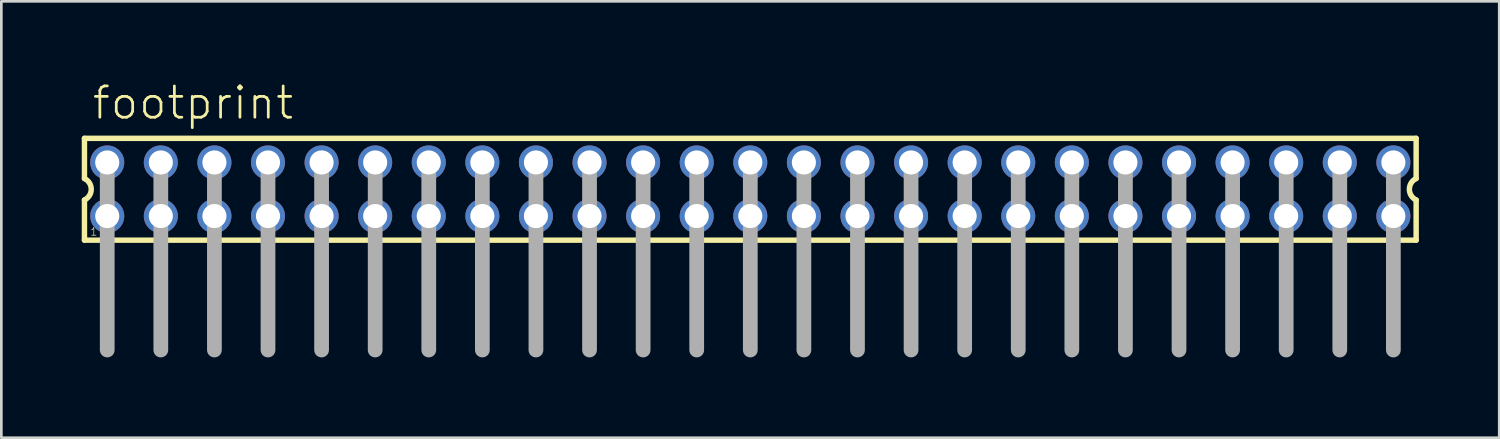
<source format=kicad_pcb>
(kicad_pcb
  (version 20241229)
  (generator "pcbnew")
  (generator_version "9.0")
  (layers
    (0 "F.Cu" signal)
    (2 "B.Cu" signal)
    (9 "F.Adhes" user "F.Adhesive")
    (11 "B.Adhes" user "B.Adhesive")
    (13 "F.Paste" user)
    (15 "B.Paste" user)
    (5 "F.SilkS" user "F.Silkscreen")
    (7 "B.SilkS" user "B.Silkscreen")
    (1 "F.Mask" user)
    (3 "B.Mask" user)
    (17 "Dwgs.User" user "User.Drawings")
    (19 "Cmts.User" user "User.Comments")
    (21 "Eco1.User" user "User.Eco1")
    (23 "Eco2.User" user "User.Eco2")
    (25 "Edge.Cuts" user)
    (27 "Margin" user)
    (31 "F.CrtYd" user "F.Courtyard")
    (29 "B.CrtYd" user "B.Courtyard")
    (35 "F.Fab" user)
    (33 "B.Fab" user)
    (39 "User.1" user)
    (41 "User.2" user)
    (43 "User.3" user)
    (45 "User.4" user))
  (footprint "footprint"
    (layer "F.Cu")
    (at 24.952 4.013)
    (property "Reference" "footprint" (at -24.62 -2.54 0) (layer "F.SilkS") (effects (font (size 1.168 1.168) (thickness 0.102)) (justify left bottom)))
    (fp_line (start -24.85 -1.9) (end -24.85 -0.4) (stroke (width 0.203) (type solid)) (layer "F.SilkS"))
    (fp_line (start -24.85 0.4) (end -24.85 1.9) (stroke (width 0.203) (type solid)) (layer "F.SilkS"))
    (fp_line (start -24.85 1.9) (end 24.85 1.9) (stroke (width 0.203) (type solid)) (layer "F.SilkS"))
    (fp_line (start 24.85 -1.9) (end -24.85 -1.9) (stroke (width 0.203) (type solid)) (layer "F.SilkS"))
    (fp_line (start 24.85 -0.4) (end 24.85 -1.9) (stroke (width 0.203) (type solid)) (layer "F.SilkS"))
    (fp_line (start 24.85 1.9) (end 24.85 0.4) (stroke (width 0.203) (type solid)) (layer "F.SilkS"))
    (fp_arc (start -24.85 -0.4) (mid -24.597167 0) (end -24.85 0.4) (stroke (width 0.2032) (type solid)) (layer "F.SilkS"))
    (fp_arc (start 24.85 0.4) (mid 24.597167 0) (end 24.85 -0.4) (stroke (width 0.2032) (type solid)) (layer "F.SilkS"))
    (fp_line (start -24 -1) (end -24 6) (stroke (width 0.55) (type solid)) (layer "F.Fab"))
    (fp_line (start -22 -1) (end -22 6) (stroke (width 0.55) (type solid)) (layer "F.Fab"))
    (fp_line (start -20 -1) (end -20 6) (stroke (width 0.55) (type solid)) (layer "F.Fab"))
    (fp_line (start -18 -1) (end -18 6) (stroke (width 0.55) (type solid)) (layer "F.Fab"))
    (fp_line (start -16 -1) (end -16 6) (stroke (width 0.55) (type solid)) (layer "F.Fab"))
    (fp_line (start -14 -1) (end -14 6) (stroke (width 0.55) (type solid)) (layer "F.Fab"))
    (fp_line (start -12 -1) (end -12 6) (stroke (width 0.55) (type solid)) (layer "F.Fab"))
    (fp_line (start -10 -1) (end -10 6) (stroke (width 0.55) (type solid)) (layer "F.Fab"))
    (fp_line (start -8 -1) (end -8 6) (stroke (width 0.55) (type solid)) (layer "F.Fab"))
    (fp_line (start -6 -1) (end -6 6) (stroke (width 0.55) (type solid)) (layer "F.Fab"))
    (fp_line (start -4 -1) (end -4 6) (stroke (width 0.55) (type solid)) (layer "F.Fab"))
    (fp_line (start -2 -1) (end -2 6) (stroke (width 0.55) (type solid)) (layer "F.Fab"))
    (fp_line (start 0 -1) (end 0 6) (stroke (width 0.55) (type solid)) (layer "F.Fab"))
    (fp_line (start 2 -1) (end 2 6) (stroke (width 0.55) (type solid)) (layer "F.Fab"))
    (fp_line (start 4 -1) (end 4 6) (stroke (width 0.55) (type solid)) (layer "F.Fab"))
    (fp_line (start 6 -1) (end 6 6) (stroke (width 0.55) (type solid)) (layer "F.Fab"))
    (fp_line (start 8 -1) (end 8 6) (stroke (width 0.55) (type solid)) (layer "F.Fab"))
    (fp_line (start 10 -1) (end 10 6) (stroke (width 0.55) (type solid)) (layer "F.Fab"))
    (fp_line (start 12 -1) (end 12 6) (stroke (width 0.55) (type solid)) (layer "F.Fab"))
    (fp_line (start 14 -1) (end 14 6) (stroke (width 0.55) (type solid)) (layer "F.Fab"))
    (fp_line (start 16 -1) (end 16 6) (stroke (width 0.55) (type solid)) (layer "F.Fab"))
    (fp_line (start 18 -1) (end 18 6) (stroke (width 0.55) (type solid)) (layer "F.Fab"))
    (fp_line (start 20 -1) (end 20 6) (stroke (width 0.55) (type solid)) (layer "F.Fab"))
    (fp_line (start 22 -1) (end 22 6) (stroke (width 0.55) (type solid)) (layer "F.Fab"))
    (fp_line (start 24 -1) (end 24 6) (stroke (width 0.55) (type solid)) (layer "F.Fab"))
    (fp_poly (pts (xy -24.25 -0.75) (xy -23.75 -0.75) (xy -23.75 -1.25) (xy -24.25 -1.25)) (stroke (width 0.1) (type solid)) (fill no) (layer "F.Fab"))
    (fp_poly (pts (xy -24.25 1.25) (xy -23.75 1.25) (xy -23.75 0.75) (xy -24.25 0.75)) (stroke (width 0.1) (type solid)) (fill no) (layer "F.Fab"))
    (fp_poly (pts (xy -22.25 -0.75) (xy -21.75 -0.75) (xy -21.75 -1.25) (xy -22.25 -1.25)) (stroke (width 0.1) (type solid)) (fill no) (layer "F.Fab"))
    (fp_poly (pts (xy -22.25 1.25) (xy -21.75 1.25) (xy -21.75 0.75) (xy -22.25 0.75)) (stroke (width 0.1) (type solid)) (fill no) (layer "F.Fab"))
    (fp_poly (pts (xy -20.25 -0.75) (xy -19.75 -0.75) (xy -19.75 -1.25) (xy -20.25 -1.25)) (stroke (width 0.1) (type solid)) (fill no) (layer "F.Fab"))
    (fp_poly (pts (xy -20.25 1.25) (xy -19.75 1.25) (xy -19.75 0.75) (xy -20.25 0.75)) (stroke (width 0.1) (type solid)) (fill no) (layer "F.Fab"))
    (fp_poly (pts (xy -18.25 -0.75) (xy -17.75 -0.75) (xy -17.75 -1.25) (xy -18.25 -1.25)) (stroke (width 0.1) (type solid)) (fill no) (layer "F.Fab"))
    (fp_poly (pts (xy -18.25 1.25) (xy -17.75 1.25) (xy -17.75 0.75) (xy -18.25 0.75)) (stroke (width 0.1) (type solid)) (fill no) (layer "F.Fab"))
    (fp_poly (pts (xy -16.25 -0.75) (xy -15.75 -0.75) (xy -15.75 -1.25) (xy -16.25 -1.25)) (stroke (width 0.1) (type solid)) (fill no) (layer "F.Fab"))
    (fp_poly (pts (xy -16.25 1.25) (xy -15.75 1.25) (xy -15.75 0.75) (xy -16.25 0.75)) (stroke (width 0.1) (type solid)) (fill no) (layer "F.Fab"))
    (fp_poly (pts (xy -14.25 -0.75) (xy -13.75 -0.75) (xy -13.75 -1.25) (xy -14.25 -1.25)) (stroke (width 0.1) (type solid)) (fill no) (layer "F.Fab"))
    (fp_poly (pts (xy -14.25 1.25) (xy -13.75 1.25) (xy -13.75 0.75) (xy -14.25 0.75)) (stroke (width 0.1) (type solid)) (fill no) (layer "F.Fab"))
    (fp_poly (pts (xy -12.25 -0.75) (xy -11.75 -0.75) (xy -11.75 -1.25) (xy -12.25 -1.25)) (stroke (width 0.1) (type solid)) (fill no) (layer "F.Fab"))
    (fp_poly (pts (xy -12.25 1.25) (xy -11.75 1.25) (xy -11.75 0.75) (xy -12.25 0.75)) (stroke (width 0.1) (type solid)) (fill no) (layer "F.Fab"))
    (fp_poly (pts (xy -10.25 -0.75) (xy -9.75 -0.75) (xy -9.75 -1.25) (xy -10.25 -1.25)) (stroke (width 0.1) (type solid)) (fill no) (layer "F.Fab"))
    (fp_poly (pts (xy -10.25 1.25) (xy -9.75 1.25) (xy -9.75 0.75) (xy -10.25 0.75)) (stroke (width 0.1) (type solid)) (fill no) (layer "F.Fab"))
    (fp_poly (pts (xy -8.25 -0.75) (xy -7.75 -0.75) (xy -7.75 -1.25) (xy -8.25 -1.25)) (stroke (width 0.1) (type solid)) (fill no) (layer "F.Fab"))
    (fp_poly (pts (xy -8.25 1.25) (xy -7.75 1.25) (xy -7.75 0.75) (xy -8.25 0.75)) (stroke (width 0.1) (type solid)) (fill no) (layer "F.Fab"))
    (fp_poly (pts (xy -6.25 -0.75) (xy -5.75 -0.75) (xy -5.75 -1.25) (xy -6.25 -1.25)) (stroke (width 0.1) (type solid)) (fill no) (layer "F.Fab"))
    (fp_poly (pts (xy -6.25 1.25) (xy -5.75 1.25) (xy -5.75 0.75) (xy -6.25 0.75)) (stroke (width 0.1) (type solid)) (fill no) (layer "F.Fab"))
    (fp_poly (pts (xy -4.25 -0.75) (xy -3.75 -0.75) (xy -3.75 -1.25) (xy -4.25 -1.25)) (stroke (width 0.1) (type solid)) (fill no) (layer "F.Fab"))
    (fp_poly (pts (xy -4.25 1.25) (xy -3.75 1.25) (xy -3.75 0.75) (xy -4.25 0.75)) (stroke (width 0.1) (type solid)) (fill no) (layer "F.Fab"))
    (fp_poly (pts (xy -2.25 -0.75) (xy -1.75 -0.75) (xy -1.75 -1.25) (xy -2.25 -1.25)) (stroke (width 0.1) (type solid)) (fill no) (layer "F.Fab"))
    (fp_poly (pts (xy -2.25 1.25) (xy -1.75 1.25) (xy -1.75 0.75) (xy -2.25 0.75)) (stroke (width 0.1) (type solid)) (fill no) (layer "F.Fab"))
    (fp_poly (pts (xy -0.25 -0.75) (xy 0.25 -0.75) (xy 0.25 -1.25) (xy -0.25 -1.25)) (stroke (width 0.1) (type solid)) (fill no) (layer "F.Fab"))
    (fp_poly (pts (xy -0.25 1.25) (xy 0.25 1.25) (xy 0.25 0.75) (xy -0.25 0.75)) (stroke (width 0.1) (type solid)) (fill no) (layer "F.Fab"))
    (fp_poly (pts (xy 1.75 -0.75) (xy 2.25 -0.75) (xy 2.25 -1.25) (xy 1.75 -1.25)) (stroke (width 0.1) (type solid)) (fill no) (layer "F.Fab"))
    (fp_poly (pts (xy 1.75 1.25) (xy 2.25 1.25) (xy 2.25 0.75) (xy 1.75 0.75)) (stroke (width 0.1) (type solid)) (fill no) (layer "F.Fab"))
    (fp_poly (pts (xy 3.75 -0.75) (xy 4.25 -0.75) (xy 4.25 -1.25) (xy 3.75 -1.25)) (stroke (width 0.1) (type solid)) (fill no) (layer "F.Fab"))
    (fp_poly (pts (xy 3.75 1.25) (xy 4.25 1.25) (xy 4.25 0.75) (xy 3.75 0.75)) (stroke (width 0.1) (type solid)) (fill no) (layer "F.Fab"))
    (fp_poly (pts (xy 5.75 -0.75) (xy 6.25 -0.75) (xy 6.25 -1.25) (xy 5.75 -1.25)) (stroke (width 0.1) (type solid)) (fill no) (layer "F.Fab"))
    (fp_poly (pts (xy 5.75 1.25) (xy 6.25 1.25) (xy 6.25 0.75) (xy 5.75 0.75)) (stroke (width 0.1) (type solid)) (fill no) (layer "F.Fab"))
    (fp_poly (pts (xy 7.75 -0.75) (xy 8.25 -0.75) (xy 8.25 -1.25) (xy 7.75 -1.25)) (stroke (width 0.1) (type solid)) (fill no) (layer "F.Fab"))
    (fp_poly (pts (xy 7.75 1.25) (xy 8.25 1.25) (xy 8.25 0.75) (xy 7.75 0.75)) (stroke (width 0.1) (type solid)) (fill no) (layer "F.Fab"))
    (fp_poly (pts (xy 9.75 -0.75) (xy 10.25 -0.75) (xy 10.25 -1.25) (xy 9.75 -1.25)) (stroke (width 0.1) (type solid)) (fill no) (layer "F.Fab"))
    (fp_poly (pts (xy 9.75 1.25) (xy 10.25 1.25) (xy 10.25 0.75) (xy 9.75 0.75)) (stroke (width 0.1) (type solid)) (fill no) (layer "F.Fab"))
    (fp_poly (pts (xy 11.75 -0.75) (xy 12.25 -0.75) (xy 12.25 -1.25) (xy 11.75 -1.25)) (stroke (width 0.1) (type solid)) (fill no) (layer "F.Fab"))
    (fp_poly (pts (xy 11.75 1.25) (xy 12.25 1.25) (xy 12.25 0.75) (xy 11.75 0.75)) (stroke (width 0.1) (type solid)) (fill no) (layer "F.Fab"))
    (fp_poly (pts (xy 13.75 -0.75) (xy 14.25 -0.75) (xy 14.25 -1.25) (xy 13.75 -1.25)) (stroke (width 0.1) (type solid)) (fill no) (layer "F.Fab"))
    (fp_poly (pts (xy 13.75 1.25) (xy 14.25 1.25) (xy 14.25 0.75) (xy 13.75 0.75)) (stroke (width 0.1) (type solid)) (fill no) (layer "F.Fab"))
    (fp_poly (pts (xy 15.75 -0.75) (xy 16.25 -0.75) (xy 16.25 -1.25) (xy 15.75 -1.25)) (stroke (width 0.1) (type solid)) (fill no) (layer "F.Fab"))
    (fp_poly (pts (xy 15.75 1.25) (xy 16.25 1.25) (xy 16.25 0.75) (xy 15.75 0.75)) (stroke (width 0.1) (type solid)) (fill no) (layer "F.Fab"))
    (fp_poly (pts (xy 17.75 -0.75) (xy 18.25 -0.75) (xy 18.25 -1.25) (xy 17.75 -1.25)) (stroke (width 0.1) (type solid)) (fill no) (layer "F.Fab"))
    (fp_poly (pts (xy 17.75 1.25) (xy 18.25 1.25) (xy 18.25 0.75) (xy 17.75 0.75)) (stroke (width 0.1) (type solid)) (fill no) (layer "F.Fab"))
    (fp_poly (pts (xy 19.75 -0.75) (xy 20.25 -0.75) (xy 20.25 -1.25) (xy 19.75 -1.25)) (stroke (width 0.1) (type solid)) (fill no) (layer "F.Fab"))
    (fp_poly (pts (xy 19.75 1.25) (xy 20.25 1.25) (xy 20.25 0.75) (xy 19.75 0.75)) (stroke (width 0.1) (type solid)) (fill no) (layer "F.Fab"))
    (fp_poly (pts (xy 21.75 -0.75) (xy 22.25 -0.75) (xy 22.25 -1.25) (xy 21.75 -1.25)) (stroke (width 0.1) (type solid)) (fill no) (layer "F.Fab"))
    (fp_poly (pts (xy 21.75 1.25) (xy 22.25 1.25) (xy 22.25 0.75) (xy 21.75 0.75)) (stroke (width 0.1) (type solid)) (fill no) (layer "F.Fab"))
    (fp_poly (pts (xy 23.75 -0.75) (xy 24.25 -0.75) (xy 24.25 -1.25) (xy 23.75 -1.25)) (stroke (width 0.1) (type solid)) (fill no) (layer "F.Fab"))
    (fp_poly (pts (xy 23.75 1.25) (xy 24.25 1.25) (xy 24.25 0.75) (xy 23.75 0.75)) (stroke (width 0.1) (type solid)) (fill no) (layer "F.Fab"))
    (fp_text user "1" (at -24.65 1.75 0) (layer "F.SilkS") (effects (font (size 0.28 0.28) (thickness 0.024)) (justify left bottom)))
    (pad "1" thru_hole circle (at -24 1) (size 1.27 1.27) (drill 0.9) (layers "*.Cu" "*.Mask"))
    (pad "2" thru_hole circle (at -24 -1) (size 1.27 1.27) (drill 0.9) (layers "*.Cu" "*.Mask"))
    (pad "3" thru_hole circle (at -22 1) (size 1.27 1.27) (drill 0.9) (layers "*.Cu" "*.Mask"))
    (pad "4" thru_hole circle (at -22 -1) (size 1.27 1.27) (drill 0.9) (layers "*.Cu" "*.Mask"))
    (pad "5" thru_hole circle (at -20 1) (size 1.27 1.27) (drill 0.9) (layers "*.Cu" "*.Mask"))
    (pad "6" thru_hole circle (at -20 -1) (size 1.27 1.27) (drill 0.9) (layers "*.Cu" "*.Mask"))
    (pad "7" thru_hole circle (at -18 1) (size 1.27 1.27) (drill 0.9) (layers "*.Cu" "*.Mask"))
    (pad "8" thru_hole circle (at -18 -1) (size 1.27 1.27) (drill 0.9) (layers "*.Cu" "*.Mask"))
    (pad "9" thru_hole circle (at -16 1) (size 1.27 1.27) (drill 0.9) (layers "*.Cu" "*.Mask"))
    (pad "10" thru_hole circle (at -16 -1) (size 1.27 1.27) (drill 0.9) (layers "*.Cu" "*.Mask"))
    (pad "11" thru_hole circle (at -14 1) (size 1.27 1.27) (drill 0.9) (layers "*.Cu" "*.Mask"))
    (pad "12" thru_hole circle (at -14 -1) (size 1.27 1.27) (drill 0.9) (layers "*.Cu" "*.Mask"))
    (pad "13" thru_hole circle (at -12 1) (size 1.27 1.27) (drill 0.9) (layers "*.Cu" "*.Mask"))
    (pad "14" thru_hole circle (at -12 -1) (size 1.27 1.27) (drill 0.9) (layers "*.Cu" "*.Mask"))
    (pad "15" thru_hole circle (at -10 1) (size 1.27 1.27) (drill 0.9) (layers "*.Cu" "*.Mask"))
    (pad "16" thru_hole circle (at -10 -1) (size 1.27 1.27) (drill 0.9) (layers "*.Cu" "*.Mask"))
    (pad "17" thru_hole circle (at -8 1) (size 1.27 1.27) (drill 0.9) (layers "*.Cu" "*.Mask"))
    (pad "18" thru_hole circle (at -8 -1) (size 1.27 1.27) (drill 0.9) (layers "*.Cu" "*.Mask"))
    (pad "19" thru_hole circle (at -6 1) (size 1.27 1.27) (drill 0.9) (layers "*.Cu" "*.Mask"))
    (pad "20" thru_hole circle (at -6 -1) (size 1.27 1.27) (drill 0.9) (layers "*.Cu" "*.Mask"))
    (pad "21" thru_hole circle (at -4 1) (size 1.27 1.27) (drill 0.9) (layers "*.Cu" "*.Mask"))
    (pad "22" thru_hole circle (at -4 -1) (size 1.27 1.27) (drill 0.9) (layers "*.Cu" "*.Mask"))
    (pad "23" thru_hole circle (at -2 1) (size 1.27 1.27) (drill 0.9) (layers "*.Cu" "*.Mask"))
    (pad "24" thru_hole circle (at -2 -1) (size 1.27 1.27) (drill 0.9) (layers "*.Cu" "*.Mask"))
    (pad "25" thru_hole circle (at 0 1) (size 1.27 1.27) (drill 0.9) (layers "*.Cu" "*.Mask"))
    (pad "26" thru_hole circle (at 0 -1) (size 1.27 1.27) (drill 0.9) (layers "*.Cu" "*.Mask"))
    (pad "27" thru_hole circle (at 2 1) (size 1.27 1.27) (drill 0.9) (layers "*.Cu" "*.Mask"))
    (pad "28" thru_hole circle (at 2 -1) (size 1.27 1.27) (drill 0.9) (layers "*.Cu" "*.Mask"))
    (pad "29" thru_hole circle (at 4 1) (size 1.27 1.27) (drill 0.9) (layers "*.Cu" "*.Mask"))
    (pad "30" thru_hole circle (at 4 -1) (size 1.27 1.27) (drill 0.9) (layers "*.Cu" "*.Mask"))
    (pad "31" thru_hole circle (at 6 1) (size 1.27 1.27) (drill 0.9) (layers "*.Cu" "*.Mask"))
    (pad "32" thru_hole circle (at 6 -1) (size 1.27 1.27) (drill 0.9) (layers "*.Cu" "*.Mask"))
    (pad "33" thru_hole circle (at 8 1) (size 1.27 1.27) (drill 0.9) (layers "*.Cu" "*.Mask"))
    (pad "34" thru_hole circle (at 8 -1) (size 1.27 1.27) (drill 0.9) (layers "*.Cu" "*.Mask"))
    (pad "35" thru_hole circle (at 10 1) (size 1.27 1.27) (drill 0.9) (layers "*.Cu" "*.Mask"))
    (pad "36" thru_hole circle (at 10 -1) (size 1.27 1.27) (drill 0.9) (layers "*.Cu" "*.Mask"))
    (pad "37" thru_hole circle (at 12 1) (size 1.27 1.27) (drill 0.9) (layers "*.Cu" "*.Mask"))
    (pad "38" thru_hole circle (at 12 -1) (size 1.27 1.27) (drill 0.9) (layers "*.Cu" "*.Mask"))
    (pad "39" thru_hole circle (at 14 1) (size 1.27 1.27) (drill 0.9) (layers "*.Cu" "*.Mask"))
    (pad "40" thru_hole circle (at 14 -1) (size 1.27 1.27) (drill 0.9) (layers "*.Cu" "*.Mask"))
    (pad "41" thru_hole circle (at 16 1) (size 1.27 1.27) (drill 0.9) (layers "*.Cu" "*.Mask"))
    (pad "42" thru_hole circle (at 16 -1) (size 1.27 1.27) (drill 0.9) (layers "*.Cu" "*.Mask"))
    (pad "43" thru_hole circle (at 18 1) (size 1.27 1.27) (drill 0.9) (layers "*.Cu" "*.Mask"))
    (pad "44" thru_hole circle (at 18 -1) (size 1.27 1.27) (drill 0.9) (layers "*.Cu" "*.Mask"))
    (pad "45" thru_hole circle (at 20 1) (size 1.27 1.27) (drill 0.9) (layers "*.Cu" "*.Mask"))
    (pad "46" thru_hole circle (at 20 -1) (size 1.27 1.27) (drill 0.9) (layers "*.Cu" "*.Mask"))
    (pad "47" thru_hole circle (at 22 1) (size 1.27 1.27) (drill 0.9) (layers "*.Cu" "*.Mask"))
    (pad "48" thru_hole circle (at 22 -1) (size 1.27 1.27) (drill 0.9) (layers "*.Cu" "*.Mask"))
    (pad "49" thru_hole circle (at 24 1) (size 1.27 1.27) (drill 0.9) (layers "*.Cu" "*.Mask"))
    (pad "50" thru_hole circle (at 24 -1) (size 1.27 1.27) (drill 0.9) (layers "*.Cu" "*.Mask")))
  (gr_rect
    (start -3 -3)
    (end 52.903 13.288)
    (stroke (width 0.1) (type default))
    (fill no)
    (layer "Edge.Cuts")))
</source>
